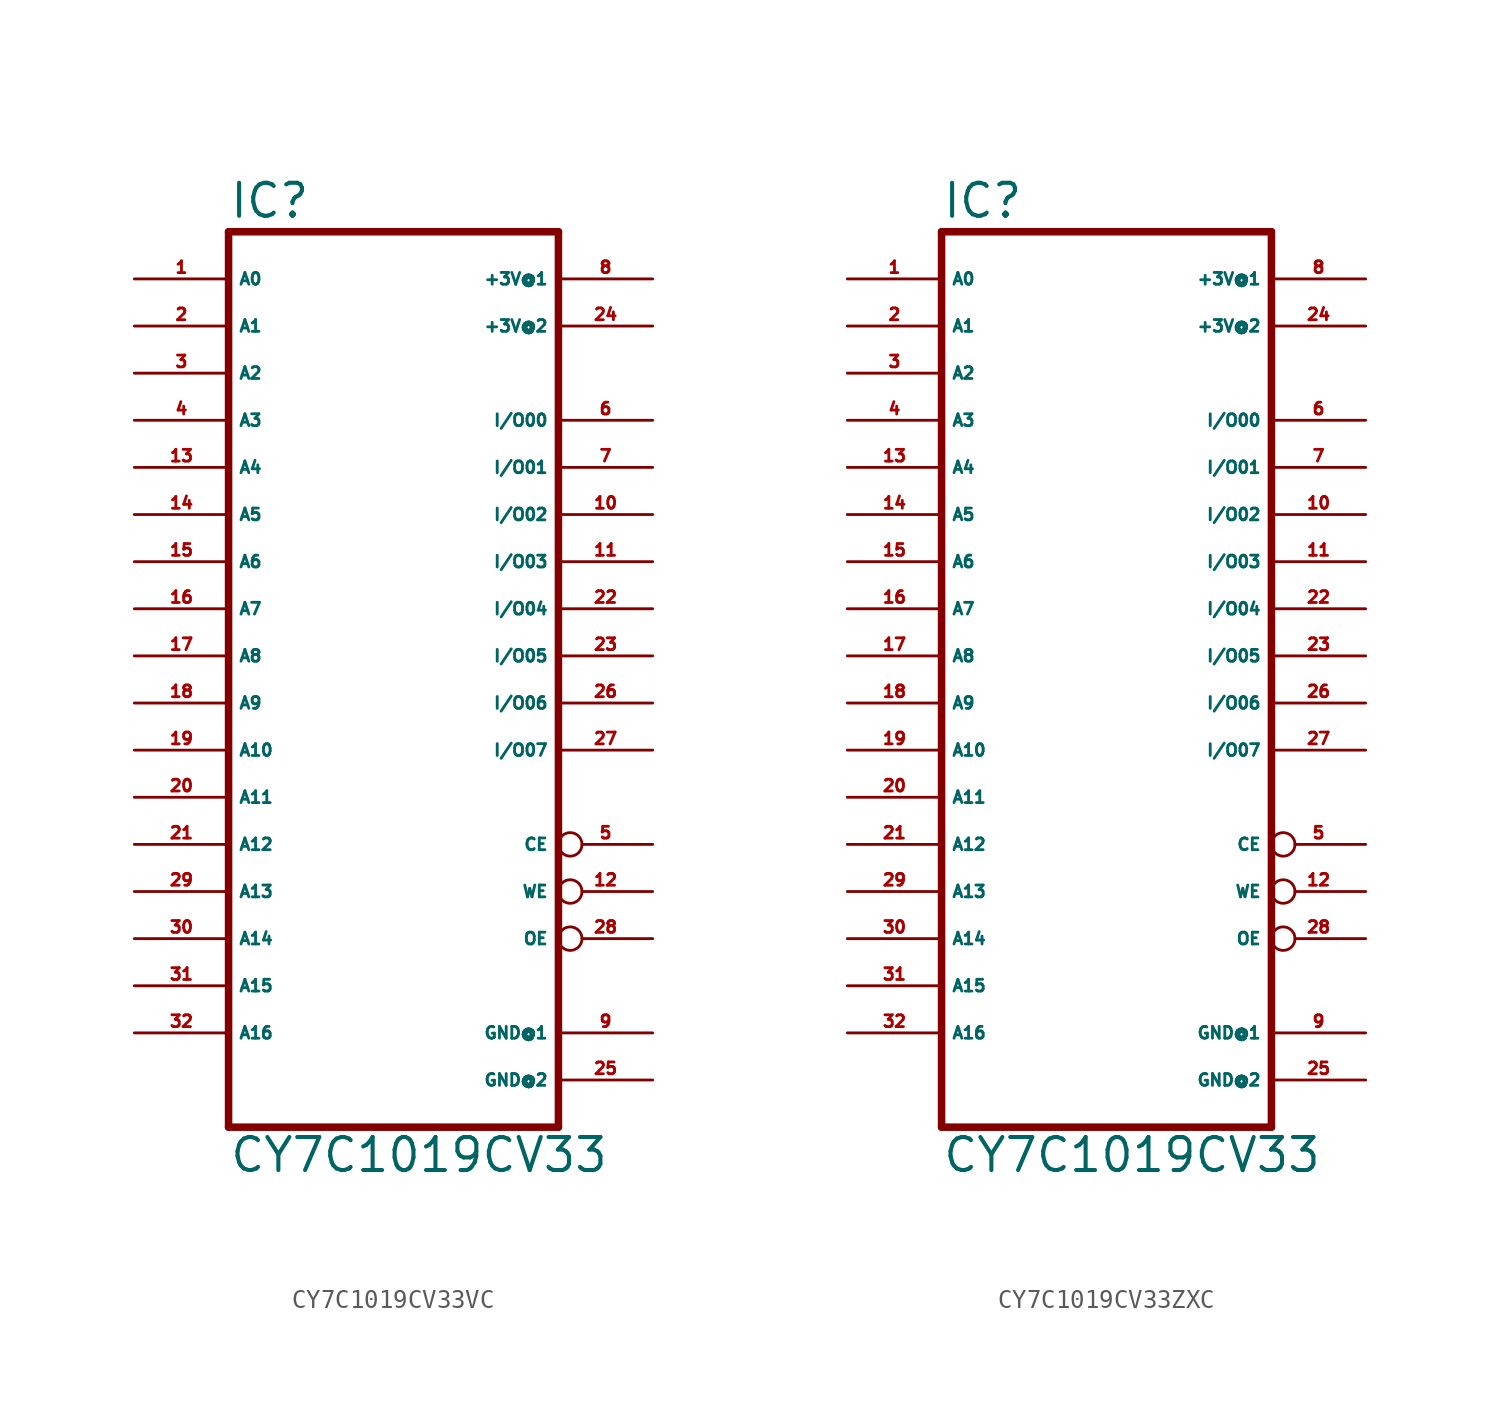
<source format=kicad_sym>
(kicad_symbol_lib
  (version 20220914)
  (generator Eagle2Kicad)
  (symbol "CY7C1019CV33VC"
    (property "Reference" "IC"
      (at -7.62 23.495 0)
      (effects (font (size 1.778 1.778) (thickness 0.22)) (justify left bottom)))
    (property "Value" "CY7C1019CV33"
      (at -7.62 -27.94 0)
      (effects (font (size 1.778 1.778) (thickness 0.22)) (justify left bottom)))
    (polyline
      (pts (xy -7.62 22.86) (xy -7.62 -25.4))
      (stroke (width 0.406) (type default))
      (fill (type none)))
    (polyline
      (pts (xy 10.16 -25.4) (xy -7.62 -25.4))
      (stroke (width 0.406) (type default))
      (fill (type none)))
    (polyline
      (pts (xy 10.16 -25.4) (xy 10.16 22.86))
      (stroke (width 0.406) (type default))
      (fill (type none)))
    (polyline
      (pts (xy -7.62 22.86) (xy 10.16 22.86))
      (stroke (width 0.406) (type default))
      (fill (type none)))
    (pin input line
      (at -12.7 20.32 0)
      (length 5.08)
      (name "A0" (effects (font (size 0.635 0.635) (thickness 0.08)) (justify left bottom)))
      (number "1" (effects (font (size 0.635 0.635) (thickness 0.08)) (justify left bottom))))
    (pin input line
      (at -12.7 17.78 0)
      (length 5.08)
      (name "A1" (effects (font (size 0.635 0.635) (thickness 0.08)) (justify left bottom)))
      (number "2" (effects (font (size 0.635 0.635) (thickness 0.08)) (justify left bottom))))
    (pin input line
      (at -12.7 15.24 0)
      (length 5.08)
      (name "A2" (effects (font (size 0.635 0.635) (thickness 0.08)) (justify left bottom)))
      (number "3" (effects (font (size 0.635 0.635) (thickness 0.08)) (justify left bottom))))
    (pin input line
      (at -12.7 12.7 0)
      (length 5.08)
      (name "A3" (effects (font (size 0.635 0.635) (thickness 0.08)) (justify left bottom)))
      (number "4" (effects (font (size 0.635 0.635) (thickness 0.08)) (justify left bottom))))
    (pin input line
      (at -12.7 10.16 0)
      (length 5.08)
      (name "A4" (effects (font (size 0.635 0.635) (thickness 0.08)) (justify left bottom)))
      (number "13" (effects (font (size 0.635 0.635) (thickness 0.08)) (justify left bottom))))
    (pin input line
      (at -12.7 7.62 0)
      (length 5.08)
      (name "A5" (effects (font (size 0.635 0.635) (thickness 0.08)) (justify left bottom)))
      (number "14" (effects (font (size 0.635 0.635) (thickness 0.08)) (justify left bottom))))
    (pin input line
      (at -12.7 5.08 0)
      (length 5.08)
      (name "A6" (effects (font (size 0.635 0.635) (thickness 0.08)) (justify left bottom)))
      (number "15" (effects (font (size 0.635 0.635) (thickness 0.08)) (justify left bottom))))
    (pin input line
      (at -12.7 2.54 0)
      (length 5.08)
      (name "A7" (effects (font (size 0.635 0.635) (thickness 0.08)) (justify left bottom)))
      (number "16" (effects (font (size 0.635 0.635) (thickness 0.08)) (justify left bottom))))
    (pin input line
      (at -12.7 0 0)
      (length 5.08)
      (name "A8" (effects (font (size 0.635 0.635) (thickness 0.08)) (justify left bottom)))
      (number "17" (effects (font (size 0.635 0.635) (thickness 0.08)) (justify left bottom))))
    (pin bidirectional line
      (at 15.24 12.7 180)
      (length 5.08)
      (name "I/O00" (effects (font (size 0.635 0.635) (thickness 0.08)) (justify left bottom)))
      (number "6" (effects (font (size 0.635 0.635) (thickness 0.08)) (justify left bottom))))
    (pin bidirectional line
      (at 15.24 10.16 180)
      (length 5.08)
      (name "I/O01" (effects (font (size 0.635 0.635) (thickness 0.08)) (justify left bottom)))
      (number "7" (effects (font (size 0.635 0.635) (thickness 0.08)) (justify left bottom))))
    (pin bidirectional line
      (at 15.24 7.62 180)
      (length 5.08)
      (name "I/O02" (effects (font (size 0.635 0.635) (thickness 0.08)) (justify left bottom)))
      (number "10" (effects (font (size 0.635 0.635) (thickness 0.08)) (justify left bottom))))
    (pin bidirectional line
      (at 15.24 5.08 180)
      (length 5.08)
      (name "I/O03" (effects (font (size 0.635 0.635) (thickness 0.08)) (justify left bottom)))
      (number "11" (effects (font (size 0.635 0.635) (thickness 0.08)) (justify left bottom))))
    (pin bidirectional line
      (at 15.24 2.54 180)
      (length 5.08)
      (name "I/O04" (effects (font (size 0.635 0.635) (thickness 0.08)) (justify left bottom)))
      (number "22" (effects (font (size 0.635 0.635) (thickness 0.08)) (justify left bottom))))
    (pin bidirectional line
      (at 15.24 0 180)
      (length 5.08)
      (name "I/O05" (effects (font (size 0.635 0.635) (thickness 0.08)) (justify left bottom)))
      (number "23" (effects (font (size 0.635 0.635) (thickness 0.08)) (justify left bottom))))
    (pin bidirectional line
      (at 15.24 -2.54 180)
      (length 5.08)
      (name "I/O06" (effects (font (size 0.635 0.635) (thickness 0.08)) (justify left bottom)))
      (number "26" (effects (font (size 0.635 0.635) (thickness 0.08)) (justify left bottom))))
    (pin bidirectional line
      (at 15.24 -5.08 180)
      (length 5.08)
      (name "I/O07" (effects (font (size 0.635 0.635) (thickness 0.08)) (justify left bottom)))
      (number "27" (effects (font (size 0.635 0.635) (thickness 0.08)) (justify left bottom))))
    (pin input line
      (at -12.7 -2.54 0)
      (length 5.08)
      (name "A9" (effects (font (size 0.635 0.635) (thickness 0.08)) (justify left bottom)))
      (number "18" (effects (font (size 0.635 0.635) (thickness 0.08)) (justify left bottom))))
    (pin input line
      (at -12.7 -5.08 0)
      (length 5.08)
      (name "A10" (effects (font (size 0.635 0.635) (thickness 0.08)) (justify left bottom)))
      (number "19" (effects (font (size 0.635 0.635) (thickness 0.08)) (justify left bottom))))
    (pin input line
      (at -12.7 -7.62 0)
      (length 5.08)
      (name "A11" (effects (font (size 0.635 0.635) (thickness 0.08)) (justify left bottom)))
      (number "20" (effects (font (size 0.635 0.635) (thickness 0.08)) (justify left bottom))))
    (pin input line
      (at -12.7 -10.16 0)
      (length 5.08)
      (name "A12" (effects (font (size 0.635 0.635) (thickness 0.08)) (justify left bottom)))
      (number "21" (effects (font (size 0.635 0.635) (thickness 0.08)) (justify left bottom))))
    (pin input line
      (at -12.7 -12.7 0)
      (length 5.08)
      (name "A13" (effects (font (size 0.635 0.635) (thickness 0.08)) (justify left bottom)))
      (number "29" (effects (font (size 0.635 0.635) (thickness 0.08)) (justify left bottom))))
    (pin input line
      (at -12.7 -15.24 0)
      (length 5.08)
      (name "A14" (effects (font (size 0.635 0.635) (thickness 0.08)) (justify left bottom)))
      (number "30" (effects (font (size 0.635 0.635) (thickness 0.08)) (justify left bottom))))
    (pin input inverted
      (at 15.24 -12.7 180)
      (length 5.08)
      (name "WE" (effects (font (size 0.635 0.635) (thickness 0.08)) (justify left bottom)))
      (number "12" (effects (font (size 0.635 0.635) (thickness 0.08)) (justify left bottom))))
    (pin bidirectional inverted
      (at 15.24 -10.16 180)
      (length 5.08)
      (name "CE" (effects (font (size 0.635 0.635) (thickness 0.08)) (justify left bottom)))
      (number "5" (effects (font (size 0.635 0.635) (thickness 0.08)) (justify left bottom))))
    (pin input inverted
      (at 15.24 -15.24 180)
      (length 5.08)
      (name "OE" (effects (font (size 0.635 0.635) (thickness 0.08)) (justify left bottom)))
      (number "28" (effects (font (size 0.635 0.635) (thickness 0.08)) (justify left bottom))))
    (pin input line
      (at -12.7 -17.78 0)
      (length 5.08)
      (name "A15" (effects (font (size 0.635 0.635) (thickness 0.08)) (justify left bottom)))
      (number "31" (effects (font (size 0.635 0.635) (thickness 0.08)) (justify left bottom))))
    (pin input line
      (at -12.7 -20.32 0)
      (length 5.08)
      (name "A16" (effects (font (size 0.635 0.635) (thickness 0.08)) (justify left bottom)))
      (number "32" (effects (font (size 0.635 0.635) (thickness 0.08)) (justify left bottom))))
    (pin unspecified line
      (at 15.24 20.32 180)
      (length 5.08)
      (name "+3V@1" (effects (font (size 0.635 0.635) (thickness 0.08)) (justify left bottom)))
      (number "8" (effects (font (size 0.635 0.635) (thickness 0.08)) (justify left bottom))))
    (pin unspecified line
      (at 15.24 -20.32 180)
      (length 5.08)
      (name "GND@1" (effects (font (size 0.635 0.635) (thickness 0.08)) (justify left bottom)))
      (number "9" (effects (font (size 0.635 0.635) (thickness 0.08)) (justify left bottom))))
    (pin unspecified line
      (at 15.24 17.78 180)
      (length 5.08)
      (name "+3V@2" (effects (font (size 0.635 0.635) (thickness 0.08)) (justify left bottom)))
      (number "24" (effects (font (size 0.635 0.635) (thickness 0.08)) (justify left bottom))))
    (pin unspecified line
      (at 15.24 -22.86 180)
      (length 5.08)
      (name "GND@2" (effects (font (size 0.635 0.635) (thickness 0.08)) (justify left bottom)))
      (number "25" (effects (font (size 0.635 0.635) (thickness 0.08)) (justify left bottom)))))
  (symbol "CY7C1019CV33ZXC"
    (property "Reference" "IC"
      (at -7.62 23.495 0)
      (effects (font (size 1.778 1.778) (thickness 0.22)) (justify left bottom)))
    (property "Value" "CY7C1019CV33"
      (at -7.62 -27.94 0)
      (effects (font (size 1.778 1.778) (thickness 0.22)) (justify left bottom)))
    (polyline
      (pts (xy -7.62 22.86) (xy -7.62 -25.4))
      (stroke (width 0.406) (type default))
      (fill (type none)))
    (polyline
      (pts (xy 10.16 -25.4) (xy -7.62 -25.4))
      (stroke (width 0.406) (type default))
      (fill (type none)))
    (polyline
      (pts (xy 10.16 -25.4) (xy 10.16 22.86))
      (stroke (width 0.406) (type default))
      (fill (type none)))
    (polyline
      (pts (xy -7.62 22.86) (xy 10.16 22.86))
      (stroke (width 0.406) (type default))
      (fill (type none)))
    (pin input line
      (at -12.7 20.32 0)
      (length 5.08)
      (name "A0" (effects (font (size 0.635 0.635) (thickness 0.08)) (justify left bottom)))
      (number "1" (effects (font (size 0.635 0.635) (thickness 0.08)) (justify left bottom))))
    (pin input line
      (at -12.7 17.78 0)
      (length 5.08)
      (name "A1" (effects (font (size 0.635 0.635) (thickness 0.08)) (justify left bottom)))
      (number "2" (effects (font (size 0.635 0.635) (thickness 0.08)) (justify left bottom))))
    (pin input line
      (at -12.7 15.24 0)
      (length 5.08)
      (name "A2" (effects (font (size 0.635 0.635) (thickness 0.08)) (justify left bottom)))
      (number "3" (effects (font (size 0.635 0.635) (thickness 0.08)) (justify left bottom))))
    (pin input line
      (at -12.7 12.7 0)
      (length 5.08)
      (name "A3" (effects (font (size 0.635 0.635) (thickness 0.08)) (justify left bottom)))
      (number "4" (effects (font (size 0.635 0.635) (thickness 0.08)) (justify left bottom))))
    (pin input line
      (at -12.7 10.16 0)
      (length 5.08)
      (name "A4" (effects (font (size 0.635 0.635) (thickness 0.08)) (justify left bottom)))
      (number "13" (effects (font (size 0.635 0.635) (thickness 0.08)) (justify left bottom))))
    (pin input line
      (at -12.7 7.62 0)
      (length 5.08)
      (name "A5" (effects (font (size 0.635 0.635) (thickness 0.08)) (justify left bottom)))
      (number "14" (effects (font (size 0.635 0.635) (thickness 0.08)) (justify left bottom))))
    (pin input line
      (at -12.7 5.08 0)
      (length 5.08)
      (name "A6" (effects (font (size 0.635 0.635) (thickness 0.08)) (justify left bottom)))
      (number "15" (effects (font (size 0.635 0.635) (thickness 0.08)) (justify left bottom))))
    (pin input line
      (at -12.7 2.54 0)
      (length 5.08)
      (name "A7" (effects (font (size 0.635 0.635) (thickness 0.08)) (justify left bottom)))
      (number "16" (effects (font (size 0.635 0.635) (thickness 0.08)) (justify left bottom))))
    (pin input line
      (at -12.7 0 0)
      (length 5.08)
      (name "A8" (effects (font (size 0.635 0.635) (thickness 0.08)) (justify left bottom)))
      (number "17" (effects (font (size 0.635 0.635) (thickness 0.08)) (justify left bottom))))
    (pin bidirectional line
      (at 15.24 12.7 180)
      (length 5.08)
      (name "I/O00" (effects (font (size 0.635 0.635) (thickness 0.08)) (justify left bottom)))
      (number "6" (effects (font (size 0.635 0.635) (thickness 0.08)) (justify left bottom))))
    (pin bidirectional line
      (at 15.24 10.16 180)
      (length 5.08)
      (name "I/O01" (effects (font (size 0.635 0.635) (thickness 0.08)) (justify left bottom)))
      (number "7" (effects (font (size 0.635 0.635) (thickness 0.08)) (justify left bottom))))
    (pin bidirectional line
      (at 15.24 7.62 180)
      (length 5.08)
      (name "I/O02" (effects (font (size 0.635 0.635) (thickness 0.08)) (justify left bottom)))
      (number "10" (effects (font (size 0.635 0.635) (thickness 0.08)) (justify left bottom))))
    (pin bidirectional line
      (at 15.24 5.08 180)
      (length 5.08)
      (name "I/O03" (effects (font (size 0.635 0.635) (thickness 0.08)) (justify left bottom)))
      (number "11" (effects (font (size 0.635 0.635) (thickness 0.08)) (justify left bottom))))
    (pin bidirectional line
      (at 15.24 2.54 180)
      (length 5.08)
      (name "I/O04" (effects (font (size 0.635 0.635) (thickness 0.08)) (justify left bottom)))
      (number "22" (effects (font (size 0.635 0.635) (thickness 0.08)) (justify left bottom))))
    (pin bidirectional line
      (at 15.24 0 180)
      (length 5.08)
      (name "I/O05" (effects (font (size 0.635 0.635) (thickness 0.08)) (justify left bottom)))
      (number "23" (effects (font (size 0.635 0.635) (thickness 0.08)) (justify left bottom))))
    (pin bidirectional line
      (at 15.24 -2.54 180)
      (length 5.08)
      (name "I/O06" (effects (font (size 0.635 0.635) (thickness 0.08)) (justify left bottom)))
      (number "26" (effects (font (size 0.635 0.635) (thickness 0.08)) (justify left bottom))))
    (pin bidirectional line
      (at 15.24 -5.08 180)
      (length 5.08)
      (name "I/O07" (effects (font (size 0.635 0.635) (thickness 0.08)) (justify left bottom)))
      (number "27" (effects (font (size 0.635 0.635) (thickness 0.08)) (justify left bottom))))
    (pin input line
      (at -12.7 -2.54 0)
      (length 5.08)
      (name "A9" (effects (font (size 0.635 0.635) (thickness 0.08)) (justify left bottom)))
      (number "18" (effects (font (size 0.635 0.635) (thickness 0.08)) (justify left bottom))))
    (pin input line
      (at -12.7 -5.08 0)
      (length 5.08)
      (name "A10" (effects (font (size 0.635 0.635) (thickness 0.08)) (justify left bottom)))
      (number "19" (effects (font (size 0.635 0.635) (thickness 0.08)) (justify left bottom))))
    (pin input line
      (at -12.7 -7.62 0)
      (length 5.08)
      (name "A11" (effects (font (size 0.635 0.635) (thickness 0.08)) (justify left bottom)))
      (number "20" (effects (font (size 0.635 0.635) (thickness 0.08)) (justify left bottom))))
    (pin input line
      (at -12.7 -10.16 0)
      (length 5.08)
      (name "A12" (effects (font (size 0.635 0.635) (thickness 0.08)) (justify left bottom)))
      (number "21" (effects (font (size 0.635 0.635) (thickness 0.08)) (justify left bottom))))
    (pin input line
      (at -12.7 -12.7 0)
      (length 5.08)
      (name "A13" (effects (font (size 0.635 0.635) (thickness 0.08)) (justify left bottom)))
      (number "29" (effects (font (size 0.635 0.635) (thickness 0.08)) (justify left bottom))))
    (pin input line
      (at -12.7 -15.24 0)
      (length 5.08)
      (name "A14" (effects (font (size 0.635 0.635) (thickness 0.08)) (justify left bottom)))
      (number "30" (effects (font (size 0.635 0.635) (thickness 0.08)) (justify left bottom))))
    (pin input inverted
      (at 15.24 -12.7 180)
      (length 5.08)
      (name "WE" (effects (font (size 0.635 0.635) (thickness 0.08)) (justify left bottom)))
      (number "12" (effects (font (size 0.635 0.635) (thickness 0.08)) (justify left bottom))))
    (pin bidirectional inverted
      (at 15.24 -10.16 180)
      (length 5.08)
      (name "CE" (effects (font (size 0.635 0.635) (thickness 0.08)) (justify left bottom)))
      (number "5" (effects (font (size 0.635 0.635) (thickness 0.08)) (justify left bottom))))
    (pin input inverted
      (at 15.24 -15.24 180)
      (length 5.08)
      (name "OE" (effects (font (size 0.635 0.635) (thickness 0.08)) (justify left bottom)))
      (number "28" (effects (font (size 0.635 0.635) (thickness 0.08)) (justify left bottom))))
    (pin input line
      (at -12.7 -17.78 0)
      (length 5.08)
      (name "A15" (effects (font (size 0.635 0.635) (thickness 0.08)) (justify left bottom)))
      (number "31" (effects (font (size 0.635 0.635) (thickness 0.08)) (justify left bottom))))
    (pin input line
      (at -12.7 -20.32 0)
      (length 5.08)
      (name "A16" (effects (font (size 0.635 0.635) (thickness 0.08)) (justify left bottom)))
      (number "32" (effects (font (size 0.635 0.635) (thickness 0.08)) (justify left bottom))))
    (pin unspecified line
      (at 15.24 20.32 180)
      (length 5.08)
      (name "+3V@1" (effects (font (size 0.635 0.635) (thickness 0.08)) (justify left bottom)))
      (number "8" (effects (font (size 0.635 0.635) (thickness 0.08)) (justify left bottom))))
    (pin unspecified line
      (at 15.24 -20.32 180)
      (length 5.08)
      (name "GND@1" (effects (font (size 0.635 0.635) (thickness 0.08)) (justify left bottom)))
      (number "9" (effects (font (size 0.635 0.635) (thickness 0.08)) (justify left bottom))))
    (pin unspecified line
      (at 15.24 17.78 180)
      (length 5.08)
      (name "+3V@2" (effects (font (size 0.635 0.635) (thickness 0.08)) (justify left bottom)))
      (number "24" (effects (font (size 0.635 0.635) (thickness 0.08)) (justify left bottom))))
    (pin unspecified line
      (at 15.24 -22.86 180)
      (length 5.08)
      (name "GND@2" (effects (font (size 0.635 0.635) (thickness 0.08)) (justify left bottom)))
      (number "25" (effects (font (size 0.635 0.635) (thickness 0.08)) (justify left bottom))))))
</source>
